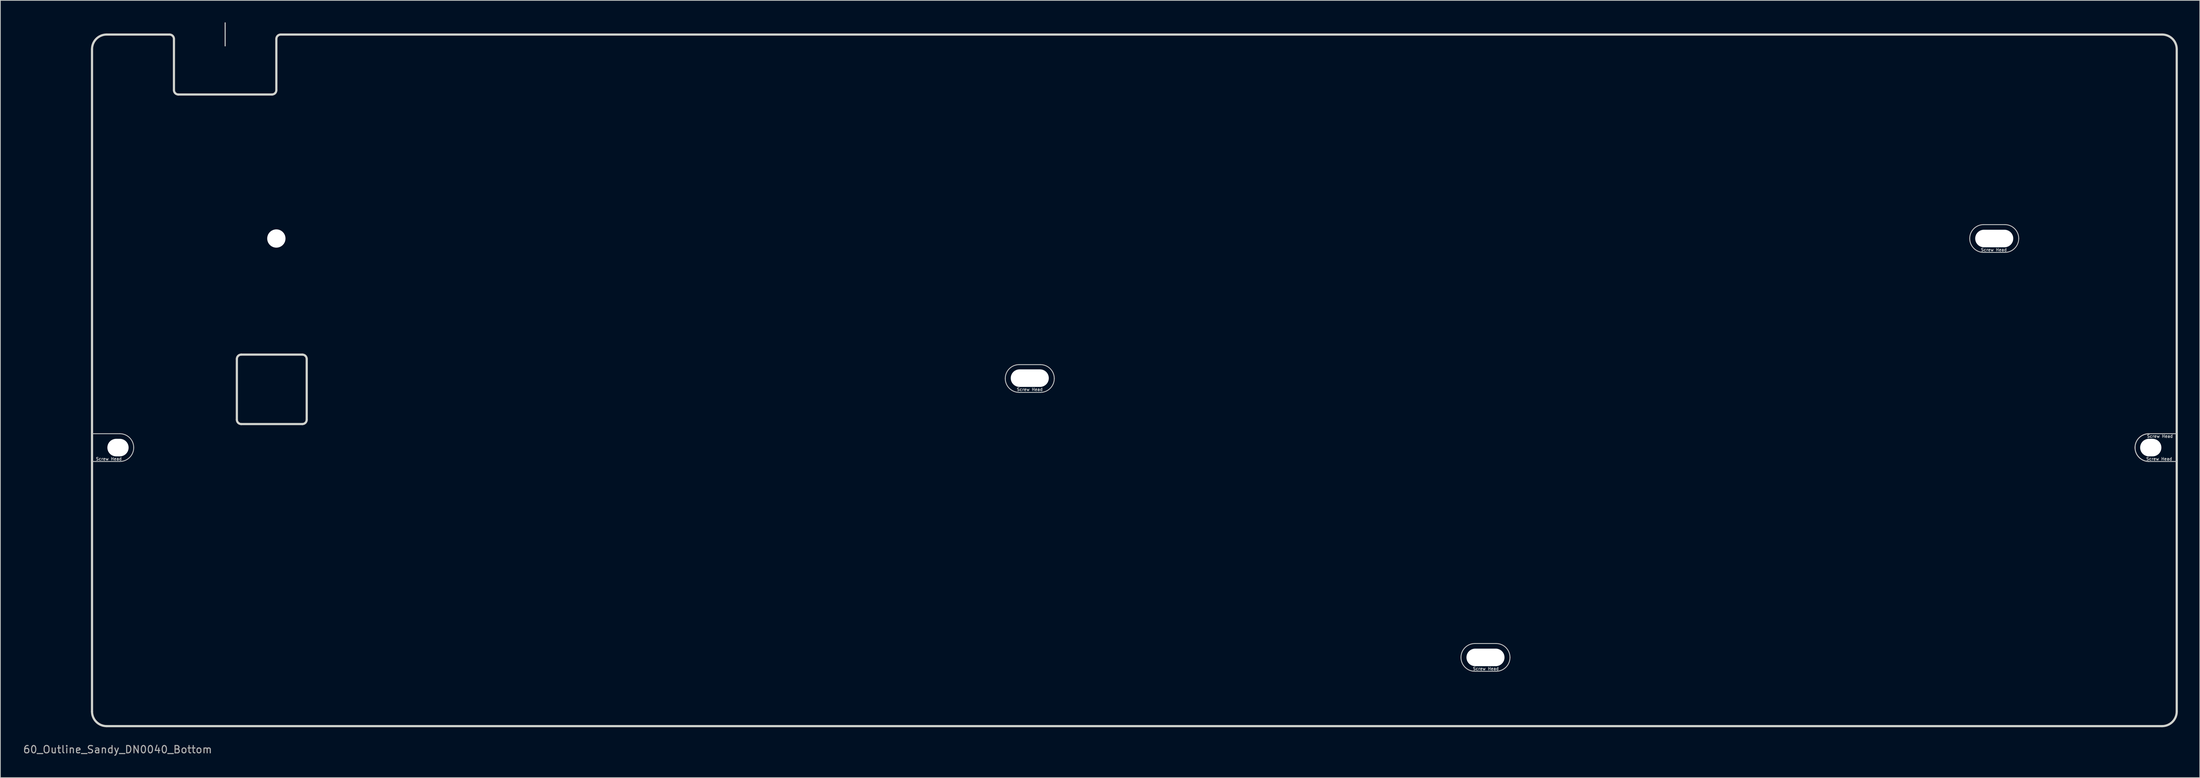
<source format=kicad_pcb>
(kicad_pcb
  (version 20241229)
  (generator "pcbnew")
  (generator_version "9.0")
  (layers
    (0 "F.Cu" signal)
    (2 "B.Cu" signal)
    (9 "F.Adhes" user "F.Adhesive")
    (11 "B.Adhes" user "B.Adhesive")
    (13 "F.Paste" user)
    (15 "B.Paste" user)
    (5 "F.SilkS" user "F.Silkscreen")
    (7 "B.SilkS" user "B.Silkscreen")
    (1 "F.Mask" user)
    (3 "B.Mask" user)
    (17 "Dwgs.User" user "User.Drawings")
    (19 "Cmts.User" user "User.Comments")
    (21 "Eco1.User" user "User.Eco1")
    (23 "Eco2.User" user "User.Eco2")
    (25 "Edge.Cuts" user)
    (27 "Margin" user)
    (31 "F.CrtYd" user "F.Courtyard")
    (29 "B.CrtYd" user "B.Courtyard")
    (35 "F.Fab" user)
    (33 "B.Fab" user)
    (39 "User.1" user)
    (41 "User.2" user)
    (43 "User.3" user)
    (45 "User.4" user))
  (footprint "60_Outline_Sandy_DN0040_Bottom"
    (layer "F.Cu")
    (at 152.03 48.975)
    (property "Reference" "60_Outline_Sandy_DN0040_Bottom" (at -139 50.5 0) (layer "F.Fab") (effects (font (size 1 1) (thickness 0.15))))
    (attr through_hole)
    (fp_line (start -142.5 7.3) (end -138.7 7.3) (stroke (width 0.12) (type solid)) (layer "Dwgs.User"))
    (fp_line (start -142.5 11.1) (end -138.7 11.1) (stroke (width 0.12) (type solid)) (layer "Dwgs.User"))
    (fp_line (start -124.3 -48.9) (end -124.3 -45.75) (stroke (width 0.15) (type solid)) (layer "Dwgs.User"))
    (fp_line (start -15.75 -2.15) (end -12.85 -2.15) (stroke (width 0.12) (type solid)) (layer "Dwgs.User"))
    (fp_line (start -15.75 1.65) (end -12.85 1.65) (stroke (width 0.12) (type solid)) (layer "Dwgs.User"))
    (fp_line (start 46.55 36) (end 49.45 36) (stroke (width 0.12) (type solid)) (layer "Dwgs.User"))
    (fp_line (start 46.55 39.8) (end 49.45 39.8) (stroke (width 0.12) (type solid)) (layer "Dwgs.User"))
    (fp_line (start 116.1 -21.3) (end 119 -21.3) (stroke (width 0.12) (type solid)) (layer "Dwgs.User"))
    (fp_line (start 116.1 -17.5) (end 119 -17.5) (stroke (width 0.12) (type solid)) (layer "Dwgs.User"))
    (fp_line (start 138.7 7.3) (end 142.5 7.3) (stroke (width 0.12) (type solid)) (layer "Dwgs.User"))
    (fp_line (start 138.7 11.1) (end 142.5 11.1) (stroke (width 0.12) (type solid)) (layer "Dwgs.User"))
    (fp_arc (start -138.7 7.3) (mid -137.356497 7.856497) (end -136.8 9.2) (stroke (width 0.12) (type solid)) (layer "Dwgs.User"))
    (fp_arc (start -136.8 9.2) (mid -137.356497 10.543503) (end -138.7 11.1) (stroke (width 0.12) (type solid)) (layer "Dwgs.User"))
    (fp_arc (start -17.65 -0.25) (mid -17.093503 -1.593503) (end -15.75 -2.15) (stroke (width 0.12) (type solid)) (layer "Dwgs.User"))
    (fp_arc (start -15.75 1.65) (mid -17.093503 1.093503) (end -17.65 -0.25) (stroke (width 0.12) (type solid)) (layer "Dwgs.User"))
    (fp_arc (start -12.85 -2.15) (mid -11.506497 -1.593503) (end -10.95 -0.25) (stroke (width 0.12) (type solid)) (layer "Dwgs.User"))
    (fp_arc (start -10.95 -0.25) (mid -11.506497 1.093503) (end -12.85 1.65) (stroke (width 0.12) (type solid)) (layer "Dwgs.User"))
    (fp_arc (start 44.65 37.9) (mid 45.206497 36.556497) (end 46.55 36) (stroke (width 0.12) (type solid)) (layer "Dwgs.User"))
    (fp_arc (start 46.55 39.8) (mid 45.206497 39.243503) (end 44.65 37.9) (stroke (width 0.12) (type solid)) (layer "Dwgs.User"))
    (fp_arc (start 49.45 36) (mid 50.793503 36.556497) (end 51.35 37.9) (stroke (width 0.12) (type solid)) (layer "Dwgs.User"))
    (fp_arc (start 51.35 37.9) (mid 50.793503 39.243503) (end 49.45 39.8) (stroke (width 0.12) (type solid)) (layer "Dwgs.User"))
    (fp_arc (start 114.2 -19.4) (mid 114.756497 -20.743503) (end 116.1 -21.3) (stroke (width 0.12) (type solid)) (layer "Dwgs.User"))
    (fp_arc (start 116.1 -17.5) (mid 114.756497 -18.056497) (end 114.2 -19.4) (stroke (width 0.12) (type solid)) (layer "Dwgs.User"))
    (fp_arc (start 119 -21.3) (mid 120.343503 -20.743503) (end 120.9 -19.4) (stroke (width 0.12) (type solid)) (layer "Dwgs.User"))
    (fp_arc (start 120.9 -19.4) (mid 120.343503 -18.056497) (end 119 -17.5) (stroke (width 0.12) (type solid)) (layer "Dwgs.User"))
    (fp_arc (start 136.8 9.2) (mid 137.356497 7.856497) (end 138.7 7.3) (stroke (width 0.12) (type solid)) (layer "Dwgs.User"))
    (fp_arc (start 136.8 9.2) (mid 137.356497 7.856497) (end 138.7 7.3) (stroke (width 0.12) (type solid)) (layer "Dwgs.User"))
    (fp_arc (start 138.7 11.1) (mid 137.356497 10.543503) (end 136.8 9.2) (stroke (width 0.12) (type solid)) (layer "Dwgs.User"))
    (fp_arc (start 138.7 11.1) (mid 137.356497 10.543503) (end 136.8 9.2) (stroke (width 0.12) (type solid)) (layer "Dwgs.User"))
    (fp_line (start -132.3 -47.3) (end -124.3 -47.3) (stroke (width 0.12) (type solid)) (layer "Eco1.User"))
    (fp_line (start -124.3 -47.3) (end -116.3 -47.3) (stroke (width 0.12) (type solid)) (layer "Eco1.User"))
    (fp_line (start -142.5 11) (end -142.5 -45.3) (stroke (width 0.3) (type solid)) (layer "Edge.Cuts"))
    (fp_line (start -142.5 45.3) (end -142.5 11) (stroke (width 0.3) (type solid)) (layer "Edge.Cuts"))
    (fp_line (start -131.9 -47.3) (end -140.5 -47.3) (stroke (width 0.3) (type solid)) (layer "Edge.Cuts"))
    (fp_line (start -131.3 -39.7) (end -131.3 -46.7) (stroke (width 0.3) (type solid)) (layer "Edge.Cuts"))
    (fp_line (start -130.7 -39.1) (end -117.9 -39.1) (stroke (width 0.3) (type solid)) (layer "Edge.Cuts"))
    (fp_line (start -122.7 5.38) (end -122.7 -2.92) (stroke (width 0.3) (type solid)) (layer "Edge.Cuts"))
    (fp_line (start -122.1 5.98) (end -113.75 5.98) (stroke (width 0.3) (type solid)) (layer "Edge.Cuts"))
    (fp_line (start -117.3 -39.7) (end -117.3 -46.7) (stroke (width 0.3) (type solid)) (layer "Edge.Cuts"))
    (fp_line (start -113.75 -3.52) (end -122.1 -3.52) (stroke (width 0.3) (type solid)) (layer "Edge.Cuts"))
    (fp_line (start -113.15 5.38) (end -113.15 -2.92) (stroke (width 0.3) (type solid)) (layer "Edge.Cuts"))
    (fp_line (start 140.5 -47.3) (end -116.7 -47.3) (stroke (width 0.3) (type solid)) (layer "Edge.Cuts"))
    (fp_line (start 140.5 47.3) (end -140.5 47.3) (stroke (width 0.3) (type solid)) (layer "Edge.Cuts"))
    (fp_line (start 142.5 11) (end 142.5 -45.3) (stroke (width 0.3) (type solid)) (layer "Edge.Cuts"))
    (fp_line (start 142.5 11) (end 142.5 45.3) (stroke (width 0.3) (type solid)) (layer "Edge.Cuts"))
    (fp_arc (start -142.5 -45.3) (mid -141.914214 -46.714214) (end -140.5 -47.3) (stroke (width 0.3) (type solid)) (layer "Edge.Cuts"))
    (fp_arc (start -140.5 47.3) (mid -141.914214 46.714214) (end -142.5 45.3) (stroke (width 0.3) (type solid)) (layer "Edge.Cuts"))
    (fp_arc (start -131.9 -47.3) (mid -131.475736 -47.124264) (end -131.3 -46.7) (stroke (width 0.3) (type solid)) (layer "Edge.Cuts"))
    (fp_arc (start -130.7 -39.1) (mid -131.124264 -39.275736) (end -131.3 -39.7) (stroke (width 0.3) (type solid)) (layer "Edge.Cuts"))
    (fp_arc (start -122.7 -2.92) (mid -122.524264 -3.344264) (end -122.1 -3.52) (stroke (width 0.3) (type solid)) (layer "Edge.Cuts"))
    (fp_arc (start -122.1 5.98) (mid -122.524264 5.804264) (end -122.7 5.38) (stroke (width 0.3) (type solid)) (layer "Edge.Cuts"))
    (fp_arc (start -117.3 -46.7) (mid -117.124264 -47.124264) (end -116.7 -47.3) (stroke (width 0.3) (type solid)) (layer "Edge.Cuts"))
    (fp_arc (start -117.3 -39.7) (mid -117.475736 -39.275736) (end -117.9 -39.1) (stroke (width 0.3) (type solid)) (layer "Edge.Cuts"))
    (fp_arc (start -113.75 -3.52) (mid -113.325736 -3.344264) (end -113.15 -2.92) (stroke (width 0.3) (type solid)) (layer "Edge.Cuts"))
    (fp_arc (start -113.15 5.38) (mid -113.325736 5.804264) (end -113.75 5.98) (stroke (width 0.3) (type solid)) (layer "Edge.Cuts"))
    (fp_arc (start 140.5 -47.3) (mid 141.914214 -46.714214) (end 142.5 -45.3) (stroke (width 0.3) (type solid)) (layer "Edge.Cuts"))
    (fp_arc (start 142.5 45.3) (mid 141.914214 46.714214) (end 140.5 47.3) (stroke (width 0.3) (type solid)) (layer "Edge.Cuts"))
    (fp_text user "Screw Head" (at 117.5 -17.85 0) (layer "Dwgs.User") (effects (font (size 0.4 0.4) (thickness 0.08))))
    (fp_text user "Screw Head" (at -14.3 1.25 0) (layer "Dwgs.User") (effects (font (size 0.4 0.4) (thickness 0.08))))
    (fp_text user "Screw Head" (at -140.2 10.75 0) (layer "Dwgs.User") (effects (font (size 0.4 0.4) (thickness 0.08))))
    (fp_text user "Screw Head" (at 140.1 10.75 0) (layer "Dwgs.User") (effects (font (size 0.4 0.4) (thickness 0.08))))
    (fp_text user "Screw Head" (at 140.2 7.65 180) (layer "Dwgs.User") (effects (font (size 0.4 0.4) (thickness 0.08))))
    (fp_text user "Screw Head" (at 48.05 39.45 0) (layer "Dwgs.User") (effects (font (size 0.4 0.4) (thickness 0.08))))
    (pad "" np_thru_hole oval (at -138.95 9.2) (size 2.9 2.4) (drill oval 2.9 2.4) (layers "*.Cu" "*.Mask"))
    (pad "" np_thru_hole circle (at -117.3 -19.4) (size 2.499 2.499) (drill 2.499) (layers "*.Cu" "*.Mask"))
    (pad "" np_thru_hole oval (at -14.3 -0.3) (size 5.2 2.4) (drill oval 5.2 2.4) (layers "*.Cu" "*.Mask"))
    (pad "" np_thru_hole oval (at 48 37.9) (size 5.2 2.4) (drill oval 5.2 2.4) (layers "*.Cu" "*.Mask"))
    (pad "" np_thru_hole oval (at 117.55 -19.4) (size 5.2 2.4) (drill oval 5.2 2.4) (layers "*.Cu" "*.Mask"))
    (pad "" np_thru_hole oval (at 138.95 9.2 180) (size 2.9 2.4) (drill oval 2.9 2.4) (layers "*.Cu" "*.Mask")))
  (gr_rect
    (start -3 -3)
    (end 297.68 103.323)
    (stroke (width 0.1) (type default))
    (fill no)
    (layer "Edge.Cuts")))
</source>
